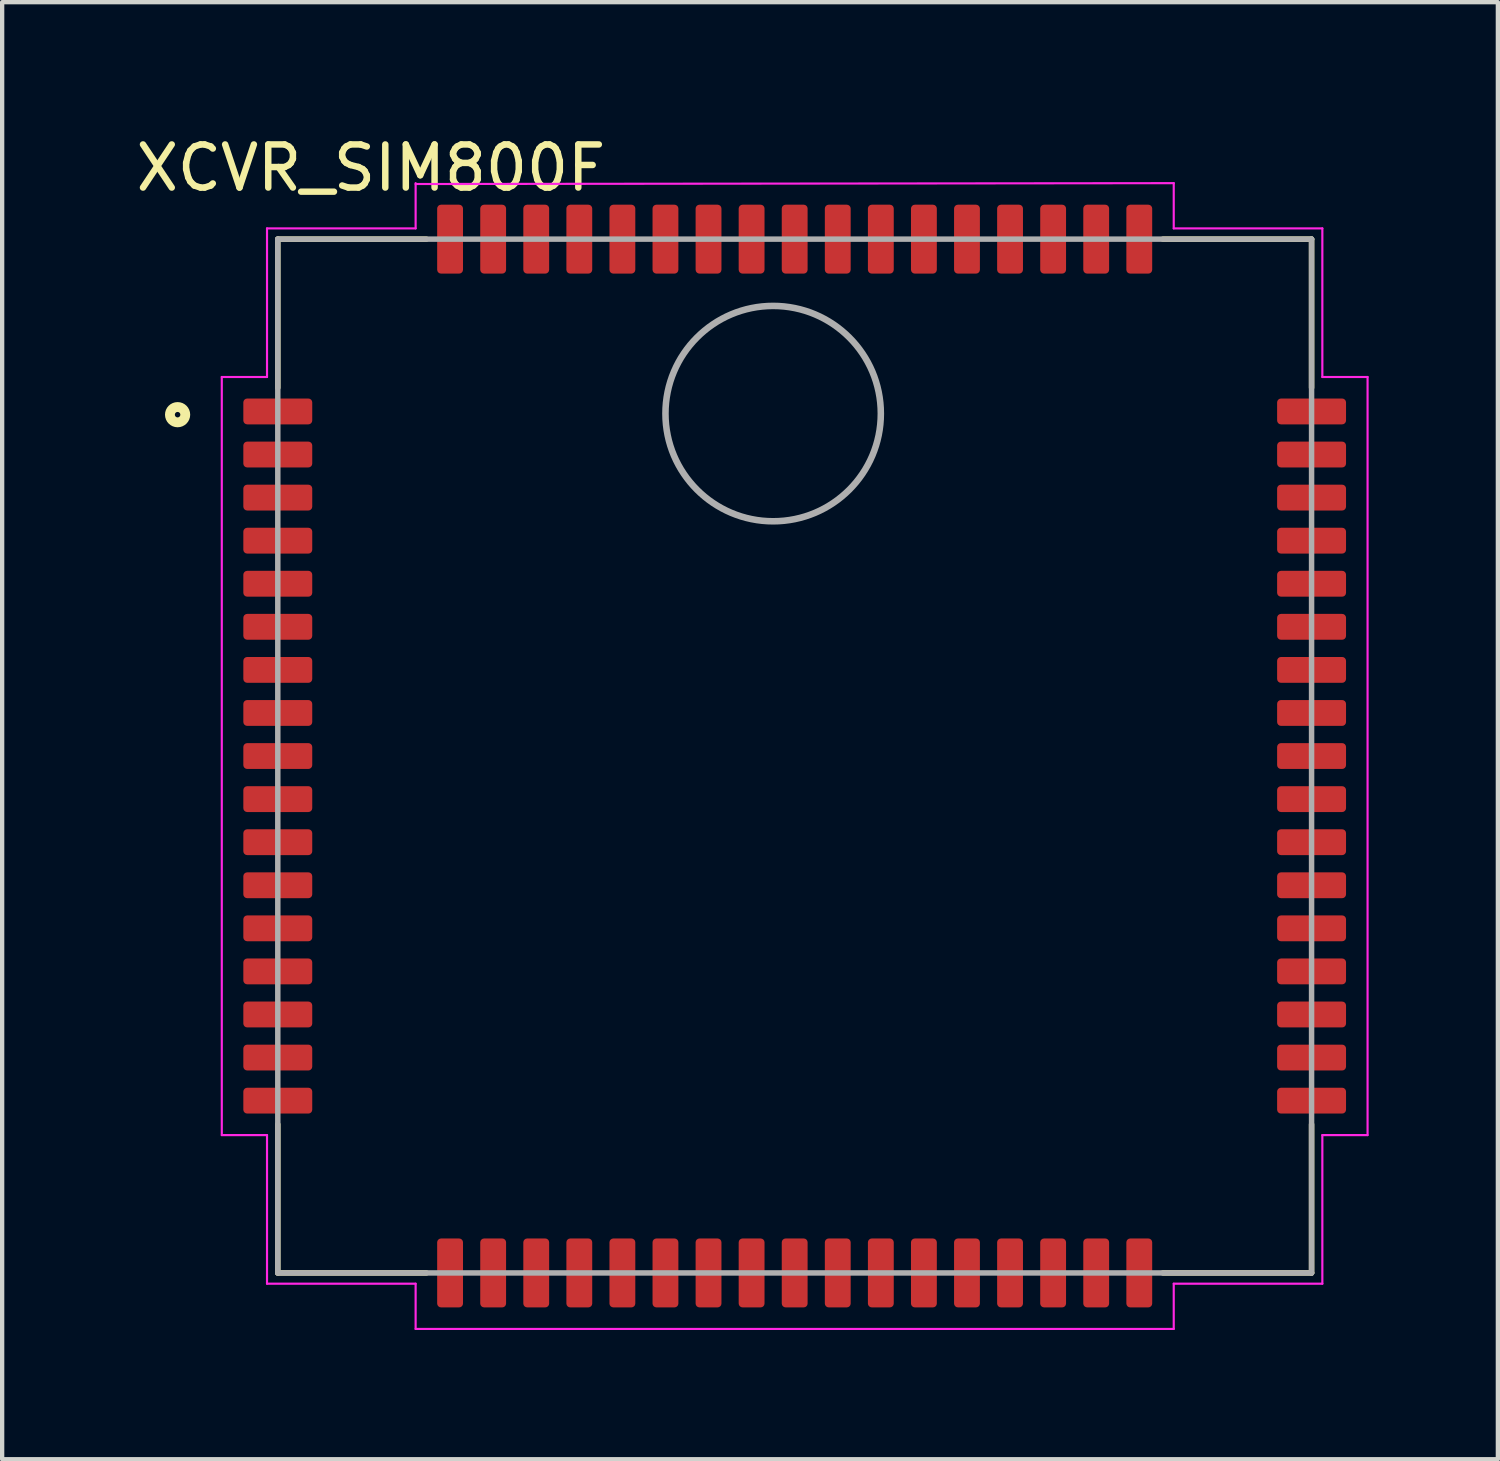
<source format=kicad_pcb>
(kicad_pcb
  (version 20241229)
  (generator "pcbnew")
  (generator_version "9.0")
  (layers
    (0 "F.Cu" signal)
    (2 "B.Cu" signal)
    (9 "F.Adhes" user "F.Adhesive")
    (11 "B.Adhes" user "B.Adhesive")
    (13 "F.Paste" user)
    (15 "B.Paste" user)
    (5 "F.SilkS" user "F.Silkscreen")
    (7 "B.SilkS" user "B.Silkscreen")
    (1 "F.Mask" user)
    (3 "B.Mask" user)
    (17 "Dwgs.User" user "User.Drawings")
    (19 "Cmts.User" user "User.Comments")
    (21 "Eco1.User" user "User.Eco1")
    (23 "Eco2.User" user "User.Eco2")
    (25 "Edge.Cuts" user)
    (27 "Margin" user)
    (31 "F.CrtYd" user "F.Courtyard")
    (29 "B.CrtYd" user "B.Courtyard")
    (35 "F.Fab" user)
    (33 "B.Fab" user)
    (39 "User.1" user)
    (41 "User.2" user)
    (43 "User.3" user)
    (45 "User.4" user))
  (footprint "XCVR_SIM800F"
    (layer "F.Cu")
    (at 15.399 14.502)
    (property "Reference" "XCVR_SIM800F" (at -9.838 -13.653 0) (layer "F.SilkS") (effects (font (size 1.001 1.001) (thickness 0.15))))
    (attr smd)
    (fp_line (start -12 -12) (end -8.55 -12) (stroke (width 0.127) (type solid)) (layer "F.SilkS"))
    (fp_line (start -12 -8.55) (end -12 -12) (stroke (width 0.127) (type solid)) (layer "F.SilkS"))
    (fp_line (start -12 8.55) (end -12 12) (stroke (width 0.127) (type solid)) (layer "F.SilkS"))
    (fp_line (start -12 12) (end -8.55 12) (stroke (width 0.127) (type solid)) (layer "F.SilkS"))
    (fp_line (start 8.55 -12) (end 12 -12) (stroke (width 0.127) (type solid)) (layer "F.SilkS"))
    (fp_line (start 12 -12) (end 12 -8.55) (stroke (width 0.127) (type solid)) (layer "F.SilkS"))
    (fp_line (start 12 8.55) (end 12 12) (stroke (width 0.127) (type solid)) (layer "F.SilkS"))
    (fp_line (start 12 12) (end 8.55 12) (stroke (width 0.127) (type solid)) (layer "F.SilkS"))
    (fp_circle (center -14.326 -7.925) (end -14.148 -7.925) (stroke (width 0.229) (type solid)) (fill no) (layer "F.SilkS"))
    (fp_line (start -13.3 -8.8) (end -12.25 -8.8) (stroke (width 0.05) (type solid)) (layer "F.CrtYd"))
    (fp_line (start -13.3 8.8) (end -13.3 -8.8) (stroke (width 0.05) (type solid)) (layer "F.CrtYd"))
    (fp_line (start -12.25 -12.25) (end -8.8 -12.25) (stroke (width 0.05) (type solid)) (layer "F.CrtYd"))
    (fp_line (start -12.25 -8.8) (end -12.25 -12.25) (stroke (width 0.05) (type solid)) (layer "F.CrtYd"))
    (fp_line (start -12.25 8.8) (end -13.3 8.8) (stroke (width 0.05) (type solid)) (layer "F.CrtYd"))
    (fp_line (start -12.25 12.25) (end -12.25 8.8) (stroke (width 0.05) (type solid)) (layer "F.CrtYd"))
    (fp_line (start -8.8 -13.28) (end 8.8 -13.3) (stroke (width 0.05) (type solid)) (layer "F.CrtYd"))
    (fp_line (start -8.8 -12.25) (end -8.8 -13.3) (stroke (width 0.05) (type solid)) (layer "F.CrtYd"))
    (fp_line (start -8.8 12.25) (end -12.25 12.25) (stroke (width 0.05) (type solid)) (layer "F.CrtYd"))
    (fp_line (start -8.8 13.3) (end -8.8 12.25) (stroke (width 0.05) (type solid)) (layer "F.CrtYd"))
    (fp_line (start 8.8 -13.3) (end 8.8 -12.25) (stroke (width 0.05) (type solid)) (layer "F.CrtYd"))
    (fp_line (start 8.8 -12.25) (end 12.25 -12.25) (stroke (width 0.05) (type solid)) (layer "F.CrtYd"))
    (fp_line (start 8.8 12.25) (end 8.8 13.3) (stroke (width 0.05) (type solid)) (layer "F.CrtYd"))
    (fp_line (start 8.8 13.3) (end -8.8 13.3) (stroke (width 0.05) (type solid)) (layer "F.CrtYd"))
    (fp_line (start 12.25 -12.25) (end 12.25 -8.8) (stroke (width 0.05) (type solid)) (layer "F.CrtYd"))
    (fp_line (start 12.25 -8.8) (end 13.3 -8.8) (stroke (width 0.05) (type solid)) (layer "F.CrtYd"))
    (fp_line (start 12.25 8.8) (end 12.25 12.25) (stroke (width 0.05) (type solid)) (layer "F.CrtYd"))
    (fp_line (start 12.25 12.25) (end 8.8 12.25) (stroke (width 0.05) (type solid)) (layer "F.CrtYd"))
    (fp_line (start 13.3 -8.8) (end 13.3 8.8) (stroke (width 0.05) (type solid)) (layer "F.CrtYd"))
    (fp_line (start 13.3 8.8) (end 12.25 8.8) (stroke (width 0.05) (type solid)) (layer "F.CrtYd"))
    (fp_line (start -12 -12) (end 12 -12) (stroke (width 0.127) (type solid)) (layer "F.Fab"))
    (fp_line (start -12 12) (end -12 -12) (stroke (width 0.127) (type solid)) (layer "F.Fab"))
    (fp_line (start 12 -12) (end 12 12) (stroke (width 0.127) (type solid)) (layer "F.Fab"))
    (fp_line (start 12 12) (end -12 12) (stroke (width 0.127) (type solid)) (layer "F.Fab"))
    (fp_circle (center -0.5 -7.95) (end 2 -7.95) (stroke (width 0.152) (type solid)) (fill no) (layer "F.Fab"))
    (pad "1" smd roundrect (at -12 -8) (size 1.6 0.6) (layers "F.Cu" "F.Mask" "F.Paste") (roundrect_rratio 0.15))
    (pad "2" smd roundrect (at -12 -7) (size 1.6 0.6) (layers "F.Cu" "F.Mask" "F.Paste") (roundrect_rratio 0.15))
    (pad "3" smd roundrect (at -12 -6) (size 1.6 0.6) (layers "F.Cu" "F.Mask" "F.Paste") (roundrect_rratio 0.15))
    (pad "4" smd roundrect (at -12 -5) (size 1.6 0.6) (layers "F.Cu" "F.Mask" "F.Paste") (roundrect_rratio 0.15))
    (pad "5" smd roundrect (at -12 -4) (size 1.6 0.6) (layers "F.Cu" "F.Mask" "F.Paste") (roundrect_rratio 0.15))
    (pad "6" smd roundrect (at -12 -3) (size 1.6 0.6) (layers "F.Cu" "F.Mask" "F.Paste") (roundrect_rratio 0.15))
    (pad "7" smd roundrect (at -12 -2) (size 1.6 0.6) (layers "F.Cu" "F.Mask" "F.Paste") (roundrect_rratio 0.15))
    (pad "8" smd roundrect (at -12 -1) (size 1.6 0.6) (layers "F.Cu" "F.Mask" "F.Paste") (roundrect_rratio 0.15))
    (pad "9" smd roundrect (at -12 0) (size 1.6 0.6) (layers "F.Cu" "F.Mask" "F.Paste") (roundrect_rratio 0.15))
    (pad "10" smd roundrect (at -12 1) (size 1.6 0.6) (layers "F.Cu" "F.Mask" "F.Paste") (roundrect_rratio 0.15))
    (pad "11" smd roundrect (at -12 2) (size 1.6 0.6) (layers "F.Cu" "F.Mask" "F.Paste") (roundrect_rratio 0.15))
    (pad "12" smd roundrect (at -12 3) (size 1.6 0.6) (layers "F.Cu" "F.Mask" "F.Paste") (roundrect_rratio 0.15))
    (pad "13" smd roundrect (at -12 4) (size 1.6 0.6) (layers "F.Cu" "F.Mask" "F.Paste") (roundrect_rratio 0.15))
    (pad "14" smd roundrect (at -12 5) (size 1.6 0.6) (layers "F.Cu" "F.Mask" "F.Paste") (roundrect_rratio 0.15))
    (pad "15" smd roundrect (at -12 6) (size 1.6 0.6) (layers "F.Cu" "F.Mask" "F.Paste") (roundrect_rratio 0.15))
    (pad "16" smd roundrect (at -12 7) (size 1.6 0.6) (layers "F.Cu" "F.Mask" "F.Paste") (roundrect_rratio 0.15))
    (pad "17" smd roundrect (at -12 8) (size 1.6 0.6) (layers "F.Cu" "F.Mask" "F.Paste") (roundrect_rratio 0.15))
    (pad "18" smd roundrect (at -8 12 90) (size 1.6 0.6) (layers "F.Cu" "F.Mask" "F.Paste") (roundrect_rratio 0.15))
    (pad "19" smd roundrect (at -7 12 90) (size 1.6 0.6) (layers "F.Cu" "F.Mask" "F.Paste") (roundrect_rratio 0.15))
    (pad "20" smd roundrect (at -6 12 90) (size 1.6 0.6) (layers "F.Cu" "F.Mask" "F.Paste") (roundrect_rratio 0.15))
    (pad "21" smd roundrect (at -5 12 90) (size 1.6 0.6) (layers "F.Cu" "F.Mask" "F.Paste") (roundrect_rratio 0.15))
    (pad "22" smd roundrect (at -4 12 90) (size 1.6 0.6) (layers "F.Cu" "F.Mask" "F.Paste") (roundrect_rratio 0.15))
    (pad "23" smd roundrect (at -3 12 90) (size 1.6 0.6) (layers "F.Cu" "F.Mask" "F.Paste") (roundrect_rratio 0.15))
    (pad "24" smd roundrect (at -2 12 90) (size 1.6 0.6) (layers "F.Cu" "F.Mask" "F.Paste") (roundrect_rratio 0.15))
    (pad "25" smd roundrect (at -1 12 90) (size 1.6 0.6) (layers "F.Cu" "F.Mask" "F.Paste") (roundrect_rratio 0.15))
    (pad "26" smd roundrect (at 0 12 90) (size 1.6 0.6) (layers "F.Cu" "F.Mask" "F.Paste") (roundrect_rratio 0.15))
    (pad "27" smd roundrect (at 1 12 90) (size 1.6 0.6) (layers "F.Cu" "F.Mask" "F.Paste") (roundrect_rratio 0.15))
    (pad "28" smd roundrect (at 2 12 90) (size 1.6 0.6) (layers "F.Cu" "F.Mask" "F.Paste") (roundrect_rratio 0.15))
    (pad "29" smd roundrect (at 3 12 90) (size 1.6 0.6) (layers "F.Cu" "F.Mask" "F.Paste") (roundrect_rratio 0.15))
    (pad "30" smd roundrect (at 4 12 90) (size 1.6 0.6) (layers "F.Cu" "F.Mask" "F.Paste") (roundrect_rratio 0.15))
    (pad "31" smd roundrect (at 5 12 90) (size 1.6 0.6) (layers "F.Cu" "F.Mask" "F.Paste") (roundrect_rratio 0.15))
    (pad "32" smd roundrect (at 6 12 90) (size 1.6 0.6) (layers "F.Cu" "F.Mask" "F.Paste") (roundrect_rratio 0.15))
    (pad "33" smd roundrect (at 7 12 90) (size 1.6 0.6) (layers "F.Cu" "F.Mask" "F.Paste") (roundrect_rratio 0.15))
    (pad "34" smd roundrect (at 8 12 90) (size 1.6 0.6) (layers "F.Cu" "F.Mask" "F.Paste") (roundrect_rratio 0.15))
    (pad "35" smd roundrect (at 12 8 180) (size 1.6 0.6) (layers "F.Cu" "F.Mask" "F.Paste") (roundrect_rratio 0.15))
    (pad "36" smd roundrect (at 12 7 180) (size 1.6 0.6) (layers "F.Cu" "F.Mask" "F.Paste") (roundrect_rratio 0.15))
    (pad "37" smd roundrect (at 12 6 180) (size 1.6 0.6) (layers "F.Cu" "F.Mask" "F.Paste") (roundrect_rratio 0.15))
    (pad "38" smd roundrect (at 12 5 180) (size 1.6 0.6) (layers "F.Cu" "F.Mask" "F.Paste") (roundrect_rratio 0.15))
    (pad "39" smd roundrect (at 12 4 180) (size 1.6 0.6) (layers "F.Cu" "F.Mask" "F.Paste") (roundrect_rratio 0.15))
    (pad "40" smd roundrect (at 12 3 180) (size 1.6 0.6) (layers "F.Cu" "F.Mask" "F.Paste") (roundrect_rratio 0.15))
    (pad "41" smd roundrect (at 12 2 180) (size 1.6 0.6) (layers "F.Cu" "F.Mask" "F.Paste") (roundrect_rratio 0.15))
    (pad "42" smd roundrect (at 12 1 180) (size 1.6 0.6) (layers "F.Cu" "F.Mask" "F.Paste") (roundrect_rratio 0.15))
    (pad "43" smd roundrect (at 12 0 180) (size 1.6 0.6) (layers "F.Cu" "F.Mask" "F.Paste") (roundrect_rratio 0.15))
    (pad "44" smd roundrect (at 12 -1 180) (size 1.6 0.6) (layers "F.Cu" "F.Mask" "F.Paste") (roundrect_rratio 0.15))
    (pad "45" smd roundrect (at 12 -2 180) (size 1.6 0.6) (layers "F.Cu" "F.Mask" "F.Paste") (roundrect_rratio 0.15))
    (pad "46" smd roundrect (at 12 -3 180) (size 1.6 0.6) (layers "F.Cu" "F.Mask" "F.Paste") (roundrect_rratio 0.15))
    (pad "47" smd roundrect (at 12 -4 180) (size 1.6 0.6) (layers "F.Cu" "F.Mask" "F.Paste") (roundrect_rratio 0.15))
    (pad "48" smd roundrect (at 12 -5 180) (size 1.6 0.6) (layers "F.Cu" "F.Mask" "F.Paste") (roundrect_rratio 0.15))
    (pad "49" smd roundrect (at 12 -6 180) (size 1.6 0.6) (layers "F.Cu" "F.Mask" "F.Paste") (roundrect_rratio 0.15))
    (pad "50" smd roundrect (at 12 -7 180) (size 1.6 0.6) (layers "F.Cu" "F.Mask" "F.Paste") (roundrect_rratio 0.15))
    (pad "51" smd roundrect (at 12 -8 180) (size 1.6 0.6) (layers "F.Cu" "F.Mask" "F.Paste") (roundrect_rratio 0.15))
    (pad "52" smd roundrect (at 8 -12 270) (size 1.6 0.6) (layers "F.Cu" "F.Mask" "F.Paste") (roundrect_rratio 0.15))
    (pad "53" smd roundrect (at 7 -12 270) (size 1.6 0.6) (layers "F.Cu" "F.Mask" "F.Paste") (roundrect_rratio 0.15))
    (pad "54" smd roundrect (at 6 -12 270) (size 1.6 0.6) (layers "F.Cu" "F.Mask" "F.Paste") (roundrect_rratio 0.15))
    (pad "55" smd roundrect (at 5 -12 270) (size 1.6 0.6) (layers "F.Cu" "F.Mask" "F.Paste") (roundrect_rratio 0.15))
    (pad "56" smd roundrect (at 4 -12 270) (size 1.6 0.6) (layers "F.Cu" "F.Mask" "F.Paste") (roundrect_rratio 0.15))
    (pad "57" smd roundrect (at 3 -12 270) (size 1.6 0.6) (layers "F.Cu" "F.Mask" "F.Paste") (roundrect_rratio 0.15))
    (pad "58" smd roundrect (at 2 -12 270) (size 1.6 0.6) (layers "F.Cu" "F.Mask" "F.Paste") (roundrect_rratio 0.15))
    (pad "59" smd roundrect (at 1 -12 270) (size 1.6 0.6) (layers "F.Cu" "F.Mask" "F.Paste") (roundrect_rratio 0.15))
    (pad "60" smd roundrect (at 0 -12 270) (size 1.6 0.6) (layers "F.Cu" "F.Mask" "F.Paste") (roundrect_rratio 0.15))
    (pad "61" smd roundrect (at -1 -12 270) (size 1.6 0.6) (layers "F.Cu" "F.Mask" "F.Paste") (roundrect_rratio 0.15))
    (pad "62" smd roundrect (at -2 -12 270) (size 1.6 0.6) (layers "F.Cu" "F.Mask" "F.Paste") (roundrect_rratio 0.15))
    (pad "63" smd roundrect (at -3 -12 270) (size 1.6 0.6) (layers "F.Cu" "F.Mask" "F.Paste") (roundrect_rratio 0.15))
    (pad "64" smd roundrect (at -4 -12 270) (size 1.6 0.6) (layers "F.Cu" "F.Mask" "F.Paste") (roundrect_rratio 0.15))
    (pad "65" smd roundrect (at -5 -12 270) (size 1.6 0.6) (layers "F.Cu" "F.Mask" "F.Paste") (roundrect_rratio 0.15))
    (pad "66" smd roundrect (at -6 -12 270) (size 1.6 0.6) (layers "F.Cu" "F.Mask" "F.Paste") (roundrect_rratio 0.15))
    (pad "67" smd roundrect (at -7 -12 270) (size 1.6 0.6) (layers "F.Cu" "F.Mask" "F.Paste") (roundrect_rratio 0.15))
    (pad "68" smd roundrect (at -8 -12 270) (size 1.6 0.6) (layers "F.Cu" "F.Mask" "F.Paste") (roundrect_rratio 0.15))
    (zone (net_name "") (layer "F.Cu") (hatch full 0.508) (connect_pads) (min_thickness 0.001) (filled_areas_thickness no) (keepout (tracks not_allowed) (vias not_allowed) (pads not_allowed) (copperpour not_allowed) (footprints allowed)) (placement (enabled no)) (fill) (polygon (pts (xy 12.399 6.552) (xy 12.402 6.421) (xy 12.413 6.291) (xy 12.43 6.161) (xy 12.454 6.032) (xy 12.484 5.905) (xy 12.521 5.779) (xy 12.565 5.656) (xy 12.615 5.535) (xy 12.671 5.417) (xy 12.734 5.302) (xy 12.802 5.19) (xy 12.876 5.083) (xy 12.956 4.979) (xy 13.041 4.879) (xy 13.131 4.784) (xy 13.226 4.694) (xy 13.326 4.609) (xy 13.43 4.529) (xy 13.537 4.455) (xy 13.649 4.387) (xy 13.764 4.324) (xy 13.882 4.268) (xy 14.003 4.218) (xy 14.126 4.174) (xy 14.252 4.137) (xy 14.379 4.107) (xy 14.508 4.083) (xy 14.638 4.066) (xy 14.768 4.055) (xy 14.899 4.052) (xy 15.03 4.055) (xy 15.16 4.066) (xy 15.29 4.083) (xy 15.419 4.107) (xy 15.546 4.137) (xy 15.672 4.174) (xy 15.795 4.218) (xy 15.916 4.268) (xy 16.034 4.324) (xy 16.149 4.387) (xy 16.261 4.455) (xy 16.368 4.529) (xy 16.472 4.609) (xy 16.572 4.694) (xy 16.667 4.784) (xy 16.757 4.879) (xy 16.842 4.979) (xy 16.922 5.083) (xy 16.996 5.19) (xy 17.064 5.302) (xy 17.127 5.417) (xy 17.183 5.535) (xy 17.233 5.656) (xy 17.277 5.779) (xy 17.314 5.905) (xy 17.344 6.032) (xy 17.368 6.161) (xy 17.385 6.291) (xy 17.396 6.421) (xy 17.399 6.552) (xy 17.396 6.683) (xy 17.385 6.813) (xy 17.368 6.943) (xy 17.344 7.072) (xy 17.314 7.199) (xy 17.277 7.325) (xy 17.233 7.448) (xy 17.183 7.569) (xy 17.127 7.687) (xy 17.064 7.802) (xy 16.996 7.914) (xy 16.922 8.021) (xy 16.842 8.125) (xy 16.757 8.225) (xy 16.667 8.32) (xy 16.572 8.41) (xy 16.472 8.495) (xy 16.368 8.575) (xy 16.261 8.649) (xy 16.149 8.717) (xy 16.034 8.78) (xy 15.916 8.836) (xy 15.795 8.886) (xy 15.672 8.93) (xy 15.546 8.967) (xy 15.419 8.997) (xy 15.29 9.021) (xy 15.16 9.038) (xy 15.03 9.049) (xy 14.899 9.052) (xy 14.768 9.049) (xy 14.638 9.038) (xy 14.508 9.021) (xy 14.379 8.997) (xy 14.252 8.967) (xy 14.126 8.93) (xy 14.003 8.886) (xy 13.882 8.836) (xy 13.764 8.78) (xy 13.649 8.717) (xy 13.537 8.649) (xy 13.43 8.575) (xy 13.326 8.495) (xy 13.226 8.41) (xy 13.131 8.32) (xy 13.041 8.225) (xy 12.956 8.125) (xy 12.876 8.021) (xy 12.802 7.914) (xy 12.734 7.802) (xy 12.671 7.687) (xy 12.615 7.569) (xy 12.565 7.448) (xy 12.521 7.325) (xy 12.484 7.199) (xy 12.454 7.072) (xy 12.43 6.943) (xy 12.413 6.813) (xy 12.402 6.683))))
    (zone (net_name "") (layers "F.Cu" "B.Cu") (hatch full 0.508) (connect_pads) (min_thickness 0.001) (filled_areas_thickness no) (keepout (tracks allowed) (vias not_allowed) (pads allowed) (copperpour allowed) (footprints allowed)) (placement (enabled no)) (fill) (polygon (pts (xy 12.399 6.552) (xy 12.402 6.421) (xy 12.413 6.291) (xy 12.43 6.161) (xy 12.454 6.032) (xy 12.484 5.905) (xy 12.521 5.779) (xy 12.565 5.656) (xy 12.615 5.535) (xy 12.671 5.417) (xy 12.734 5.302) (xy 12.802 5.19) (xy 12.876 5.083) (xy 12.956 4.979) (xy 13.041 4.879) (xy 13.131 4.784) (xy 13.226 4.694) (xy 13.326 4.609) (xy 13.43 4.529) (xy 13.537 4.455) (xy 13.649 4.387) (xy 13.764 4.324) (xy 13.882 4.268) (xy 14.003 4.218) (xy 14.126 4.174) (xy 14.252 4.137) (xy 14.379 4.107) (xy 14.508 4.083) (xy 14.638 4.066) (xy 14.768 4.055) (xy 14.899 4.052) (xy 15.03 4.055) (xy 15.16 4.066) (xy 15.29 4.083) (xy 15.419 4.107) (xy 15.546 4.137) (xy 15.672 4.174) (xy 15.795 4.218) (xy 15.916 4.268) (xy 16.034 4.324) (xy 16.149 4.387) (xy 16.261 4.455) (xy 16.368 4.529) (xy 16.472 4.609) (xy 16.572 4.694) (xy 16.667 4.784) (xy 16.757 4.879) (xy 16.842 4.979) (xy 16.922 5.083) (xy 16.996 5.19) (xy 17.064 5.302) (xy 17.127 5.417) (xy 17.183 5.535) (xy 17.233 5.656) (xy 17.277 5.779) (xy 17.314 5.905) (xy 17.344 6.032) (xy 17.368 6.161) (xy 17.385 6.291) (xy 17.396 6.421) (xy 17.399 6.552) (xy 17.396 6.683) (xy 17.385 6.813) (xy 17.368 6.943) (xy 17.344 7.072) (xy 17.314 7.199) (xy 17.277 7.325) (xy 17.233 7.448) (xy 17.183 7.569) (xy 17.127 7.687) (xy 17.064 7.802) (xy 16.996 7.914) (xy 16.922 8.021) (xy 16.842 8.125) (xy 16.757 8.225) (xy 16.667 8.32) (xy 16.572 8.41) (xy 16.472 8.495) (xy 16.368 8.575) (xy 16.261 8.649) (xy 16.149 8.717) (xy 16.034 8.78) (xy 15.916 8.836) (xy 15.795 8.886) (xy 15.672 8.93) (xy 15.546 8.967) (xy 15.419 8.997) (xy 15.29 9.021) (xy 15.16 9.038) (xy 15.03 9.049) (xy 14.899 9.052) (xy 14.768 9.049) (xy 14.638 9.038) (xy 14.508 9.021) (xy 14.379 8.997) (xy 14.252 8.967) (xy 14.126 8.93) (xy 14.003 8.886) (xy 13.882 8.836) (xy 13.764 8.78) (xy 13.649 8.717) (xy 13.537 8.649) (xy 13.43 8.575) (xy 13.326 8.495) (xy 13.226 8.41) (xy 13.131 8.32) (xy 13.041 8.225) (xy 12.956 8.125) (xy 12.876 8.021) (xy 12.802 7.914) (xy 12.734 7.802) (xy 12.671 7.687) (xy 12.615 7.569) (xy 12.565 7.448) (xy 12.521 7.325) (xy 12.484 7.199) (xy 12.454 7.072) (xy 12.43 6.943) (xy 12.413 6.813) (xy 12.402 6.683))))
    (zone (net_name "") (layer "B.Cu") (hatch full 0.508) (connect_pads) (min_thickness 0.001) (filled_areas_thickness no) (keepout (tracks not_allowed) (vias not_allowed) (pads not_allowed) (copperpour not_allowed) (footprints allowed)) (placement (enabled no)) (fill) (polygon (pts (xy 12.399 6.552) (xy 12.402 6.421) (xy 12.413 6.291) (xy 12.43 6.161) (xy 12.454 6.032) (xy 12.484 5.905) (xy 12.521 5.779) (xy 12.565 5.656) (xy 12.615 5.535) (xy 12.671 5.417) (xy 12.734 5.302) (xy 12.802 5.19) (xy 12.876 5.083) (xy 12.956 4.979) (xy 13.041 4.879) (xy 13.131 4.784) (xy 13.226 4.694) (xy 13.326 4.609) (xy 13.43 4.529) (xy 13.537 4.455) (xy 13.649 4.387) (xy 13.764 4.324) (xy 13.882 4.268) (xy 14.003 4.218) (xy 14.126 4.174) (xy 14.252 4.137) (xy 14.379 4.107) (xy 14.508 4.083) (xy 14.638 4.066) (xy 14.768 4.055) (xy 14.899 4.052) (xy 15.03 4.055) (xy 15.16 4.066) (xy 15.29 4.083) (xy 15.419 4.107) (xy 15.546 4.137) (xy 15.672 4.174) (xy 15.795 4.218) (xy 15.916 4.268) (xy 16.034 4.324) (xy 16.149 4.387) (xy 16.261 4.455) (xy 16.368 4.529) (xy 16.472 4.609) (xy 16.572 4.694) (xy 16.667 4.784) (xy 16.757 4.879) (xy 16.842 4.979) (xy 16.922 5.083) (xy 16.996 5.19) (xy 17.064 5.302) (xy 17.127 5.417) (xy 17.183 5.535) (xy 17.233 5.656) (xy 17.277 5.779) (xy 17.314 5.905) (xy 17.344 6.032) (xy 17.368 6.161) (xy 17.385 6.291) (xy 17.396 6.421) (xy 17.399 6.552) (xy 17.396 6.683) (xy 17.385 6.813) (xy 17.368 6.943) (xy 17.344 7.072) (xy 17.314 7.199) (xy 17.277 7.325) (xy 17.233 7.448) (xy 17.183 7.569) (xy 17.127 7.687) (xy 17.064 7.802) (xy 16.996 7.914) (xy 16.922 8.021) (xy 16.842 8.125) (xy 16.757 8.225) (xy 16.667 8.32) (xy 16.572 8.41) (xy 16.472 8.495) (xy 16.368 8.575) (xy 16.261 8.649) (xy 16.149 8.717) (xy 16.034 8.78) (xy 15.916 8.836) (xy 15.795 8.886) (xy 15.672 8.93) (xy 15.546 8.967) (xy 15.419 8.997) (xy 15.29 9.021) (xy 15.16 9.038) (xy 15.03 9.049) (xy 14.899 9.052) (xy 14.768 9.049) (xy 14.638 9.038) (xy 14.508 9.021) (xy 14.379 8.997) (xy 14.252 8.967) (xy 14.126 8.93) (xy 14.003 8.886) (xy 13.882 8.836) (xy 13.764 8.78) (xy 13.649 8.717) (xy 13.537 8.649) (xy 13.43 8.575) (xy 13.326 8.495) (xy 13.226 8.41) (xy 13.131 8.32) (xy 13.041 8.225) (xy 12.956 8.125) (xy 12.876 8.021) (xy 12.802 7.914) (xy 12.734 7.802) (xy 12.671 7.687) (xy 12.615 7.569) (xy 12.565 7.448) (xy 12.521 7.325) (xy 12.484 7.199) (xy 12.454 7.072) (xy 12.43 6.943) (xy 12.413 6.813) (xy 12.402 6.683)))))
  (gr_rect
    (start -3 -3)
    (end 31.724 30.827)
    (stroke (width 0.1) (type default))
    (fill no)
    (layer "Edge.Cuts")))
</source>
